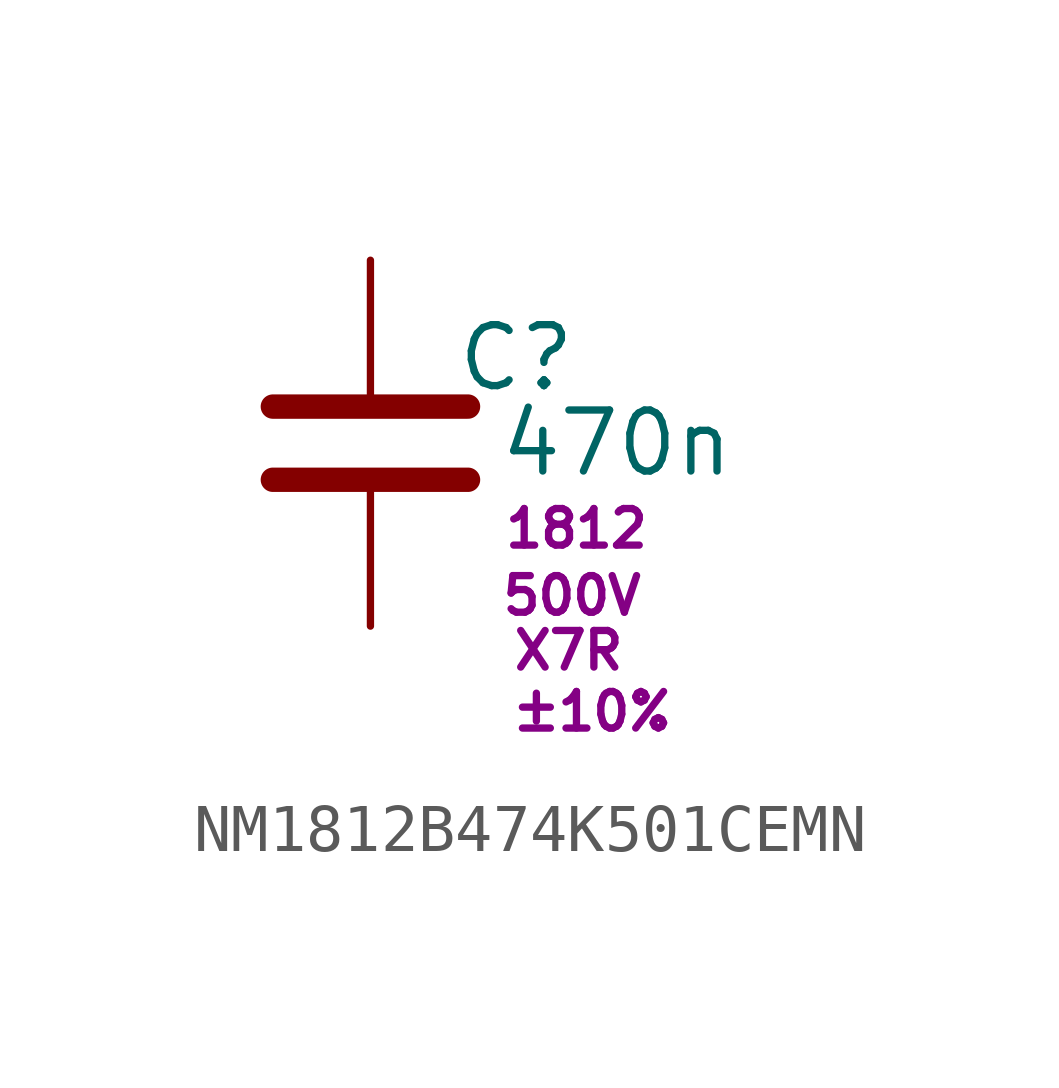
<source format=kicad_sym>
(kicad_symbol_lib
  (version 20220914)
  (generator kicad_symbol_editor)
  (symbol "NM1812B474K501CEMN"
    (pin_numbers hide)
    (pin_names
      (offset 0.254))
    (property "Reference" "C"
      (at 4.318 1.778 0)
      (effects (font (size 1.27 1.27)) (justify right)))
    (property "Value" "470n"
      (at 7.62 0 0)
      (effects (font (size 1.27 1.27)) (justify right)))
    (property "Package" "1812"
      (at 5.842 -1.778 0)
      (effects (font (size 0.762 0.762)) (justify right)))
    (property "Voltage" "500V"
      (at 5.715 -3.175 0)
      (effects (font (size 0.762 0.762)) (justify right)))
    (property "Type" "X7R"
      (at 5.334 -4.318 0)
      (effects (font (size 0.762 0.762)) (justify right)))
    (property "TOL" "±10%"
      (at 6.35 -5.588 0)
      (effects (font (size 0.762 0.762)) (justify right)))
    (property "Assembly" ""
      (at 8.89 1.27 0)
      (effects (font (size 1.27 1.27)) (justify right)))
    (symbol "NM1812B474K501CEMN_0_1"
      (polyline (pts (xy -2.032 -0.762) (xy 2.032 -0.762)) (stroke (width 0.508) (type default)) (fill (type none)))
      (polyline (pts (xy -2.032 0.762) (xy 2.032 0.762)) (stroke (width 0.508) (type default)) (fill (type none))))
    (symbol "NM1812B474K501CEMN_1_1"
      (pin passive line (at 0 3.81 270) (length 2.794) (name "~" (effects (font (size 1.27 1.27)))) (number "1" (effects (font (size 1.27 1.27)))))
      (pin passive line (at 0 -3.81 90) (length 2.794) (name "~" (effects (font (size 1.27 1.27)))) (number "2" (effects (font (size 1.27 1.27))))))))
</source>
